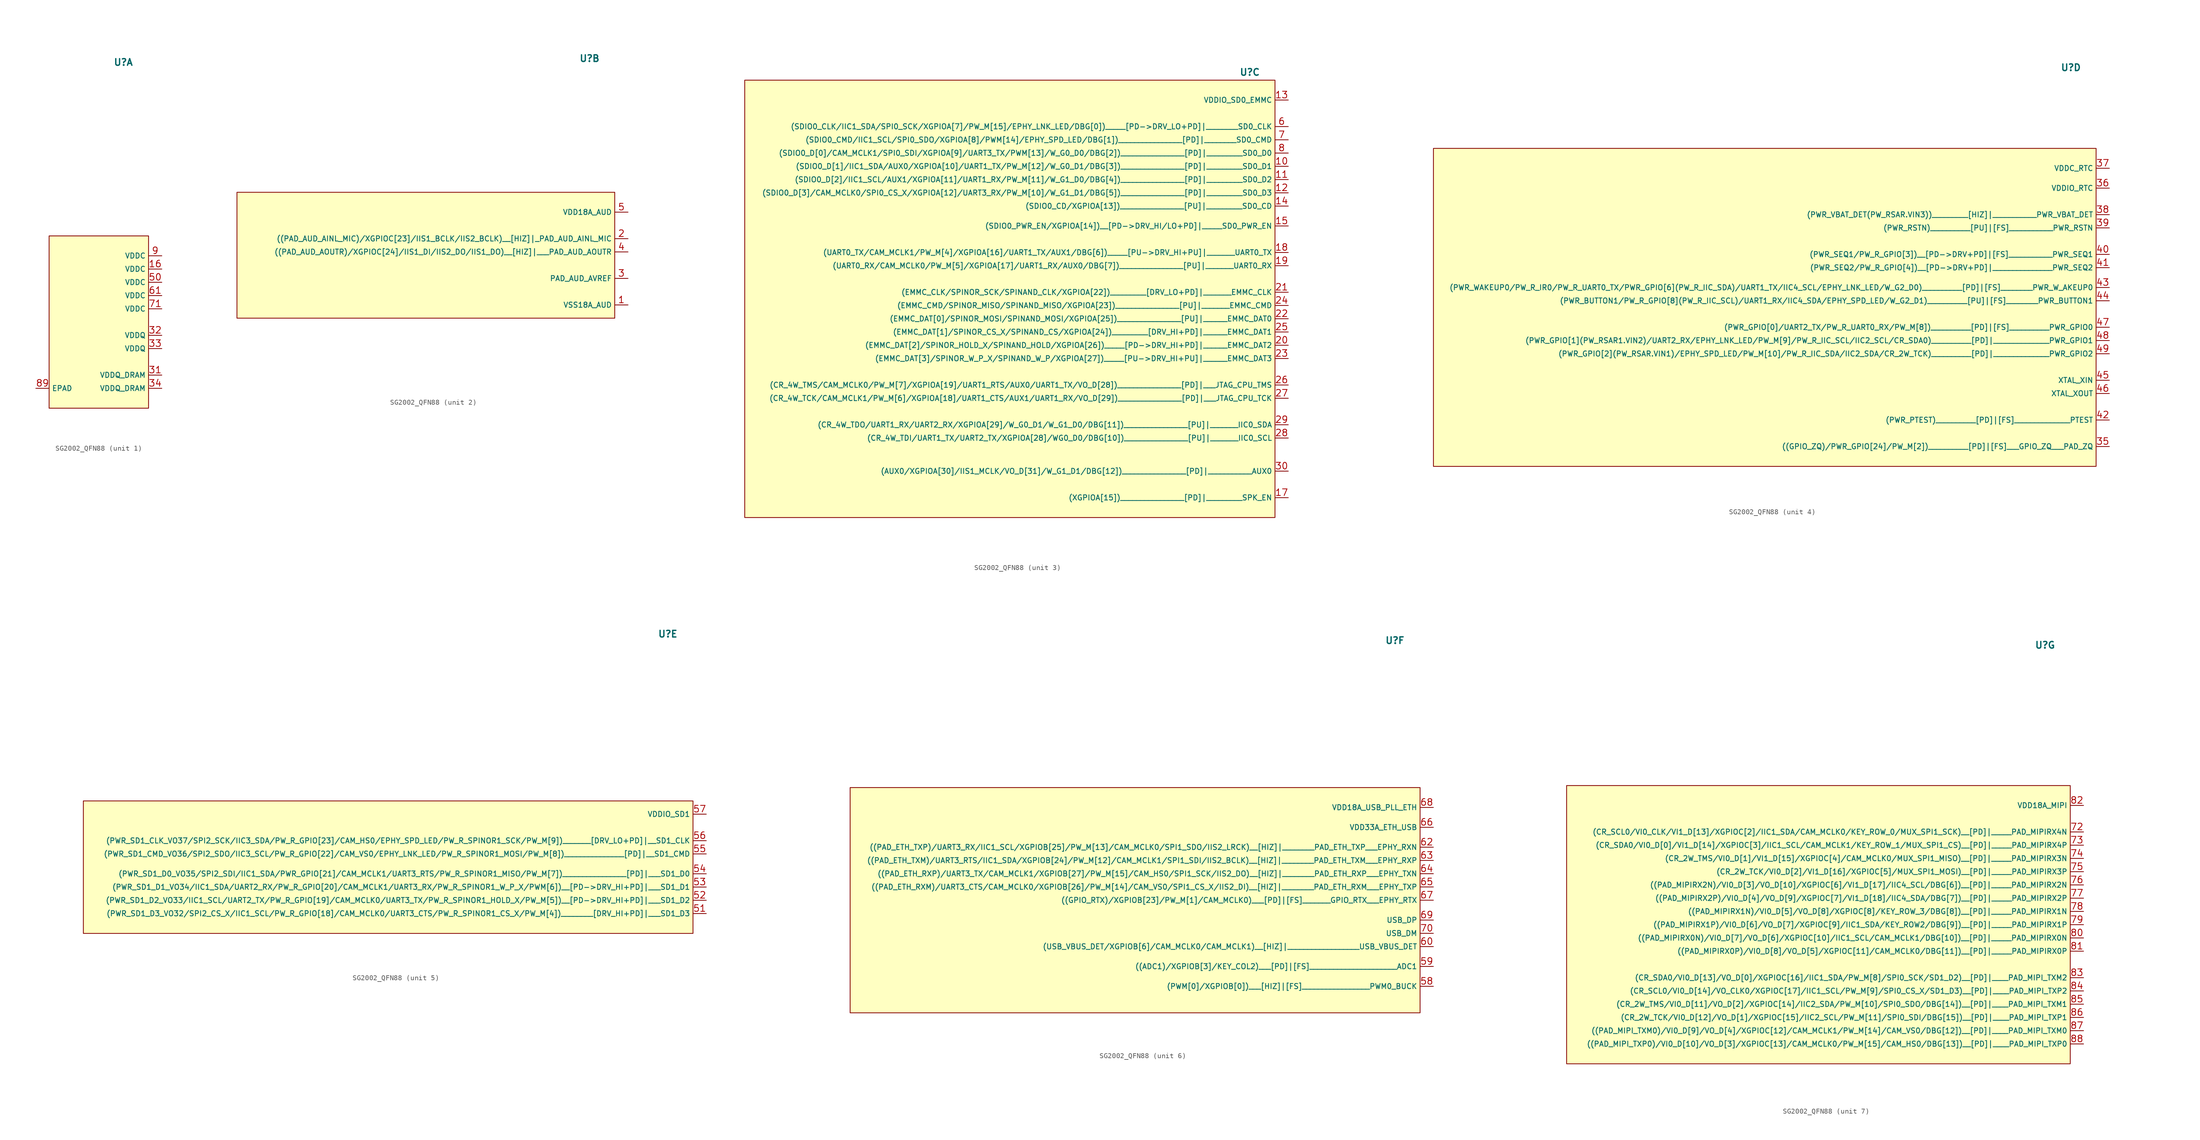
<source format=kicad_sym>
(kicad_symbol_lib
  (version 20231120)
  (generator "kicad_symbol_editor")
  (generator_version "8.0")
  (symbol "SG2002_QFN88"
    (property "Reference" "U"
      (at -4.826 43.434 0)
      (effects (font (size 1.27 1.27) (bold yes))))
    (property "Value" ""
      (at 0 -15.24 0)
      (effects (font (size 1.27 1.27))))
    (property "ki_locked" ""
      (at 0 0 0)
      (effects (font (size 1.27 1.27))))
    (symbol "SG2002_QFN88_1_1"
      (rectangle (start -19.05 10.16) (end 0 -22.86) (stroke (width 0) (type default)) (fill (type background)))
      (pin power_in line (at 2.54 3.81 180) (length 2.54) (name "VDDC" (effects (font (size 1 1)))) (number "16" (effects (font (size 1.27 1.27)))))
      (pin power_in line (at 2.54 -16.51 180) (length 2.54) (name "VDDQ_DRAM" (effects (font (size 1 1)))) (number "31" (effects (font (size 1.27 1.27)))))
      (pin power_in line (at 2.54 -8.89 180) (length 2.54) (name "VDDQ" (effects (font (size 1 1)))) (number "32" (effects (font (size 1.27 1.27)))))
      (pin power_in line (at 2.54 -11.43 180) (length 2.54) (name "VDDQ" (effects (font (size 1 1)))) (number "33" (effects (font (size 1.27 1.27)))))
      (pin power_in line (at 2.54 -19.05 180) (length 2.54) (name "VDDQ_DRAM" (effects (font (size 1 1)))) (number "34" (effects (font (size 1.27 1.27)))))
      (pin power_in line (at 2.54 1.27 180) (length 2.54) (name "VDDC" (effects (font (size 1 1)))) (number "50" (effects (font (size 1.27 1.27)))))
      (pin power_in line (at 2.54 -1.27 180) (length 2.54) (name "VDDC" (effects (font (size 1 1)))) (number "61" (effects (font (size 1.27 1.27)))))
      (pin power_in line (at 2.54 -3.81 180) (length 2.54) (name "VDDC" (effects (font (size 1 1)))) (number "71" (effects (font (size 1.27 1.27)))))
      (pin power_in line (at -21.59 -19.05 0) (length 2.54) (name "EPAD" (effects (font (size 1 1)))) (number "89" (effects (font (size 1.27 1.27)))))
      (pin power_in line (at 2.54 6.35 180) (length 2.54) (name "VDDC" (effects (font (size 1 1)))) (number "9" (effects (font (size 1.27 1.27))))))
    (symbol "SG2002_QFN88_2_1"
      (rectangle (start -72.39 17.78) (end 0 -6.35) (stroke (width 0) (type default)) (fill (type background)))
      (pin power_in line (at 2.54 -3.81 180) (length 2.54) (name "VSS18A_AUD" (effects (font (size 1 1)))) (number "1" (effects (font (size 1.27 1.27)))))
      (pin input line (at 2.54 8.89 180) (length 2.54) (name "((PAD_AUD_AINL_MIC)/XGPIOC[23]/IIS1_BCLK/IIS2_BCLK)__[HIZ]|_PAD_AUD_AINL_MIC" (effects (font (size 1 1)))) (number "2" (effects (font (size 1.27 1.27)))))
      (pin input line (at 2.54 1.27 180) (length 2.54) (name "PAD_AUD_AVREF" (effects (font (size 1 1)))) (number "3" (effects (font (size 1.27 1.27)))))
      (pin input line (at 2.54 6.35 180) (length 2.54) (name "((PAD_AUD_AOUTR)/XGPIOC[24]/IIS1_DI/IIS2_DO/IIS1_DO)__[HIZ]|___PAD_AUD_AOUTR" (effects (font (size 1 1)))) (number "4" (effects (font (size 1.27 1.27)))))
      (pin power_in line (at 2.54 13.97 180) (length 2.54) (name "VDD18A_AUD" (effects (font (size 1 1)))) (number "5" (effects (font (size 1.27 1.27))))))
    (symbol "SG2002_QFN88_3_1"
      (rectangle (start -101.6 41.91) (end 0 -41.91) (stroke (width 0) (type default)) (fill (type background)))
      (pin bidirectional line (at 2.54 25.4 180) (length 2.54) (name "(SDIO0_D[1]/IIC1_SDA/AUX0/XGPIOA[10]/UART1_TX/PW_M[12]/W_G0_D1/DBG[3])________________[PD]|_________SD0_D1" (effects (font (size 1 1)))) (number "10" (effects (font (size 1.27 1.27)))))
      (pin bidirectional line (at 2.54 22.86 180) (length 2.54) (name "(SDIO0_D[2]/IIC1_SCL/AUX1/XGPIOA[11]/UART1_RX/PW_M[11]/W_G1_D0/DBG[4])________________[PD]|_________SD0_D2" (effects (font (size 1 1)))) (number "11" (effects (font (size 1.27 1.27)))))
      (pin bidirectional line (at 2.54 20.32 180) (length 2.54) (name "(SDIO0_D[3]/CAM_MCLK0/SPI0_CS_X/XGPIOA[12]/UART3_RX/PW_M[10]/W_G1_D1/DBG[5])________________[PD]|_________SD0_D3" (effects (font (size 1 1)))) (number "12" (effects (font (size 1.27 1.27)))))
      (pin power_in line (at 2.54 38.1 180) (length 2.54) (name "VDDIO_SD0_EMMC" (effects (font (size 1 1)))) (number "13" (effects (font (size 1.27 1.27)))))
      (pin bidirectional line (at 2.54 17.78 180) (length 2.54) (name "(SDIO0_CD/XGPIOA[13])________________[PU]|_________SD0_CD" (effects (font (size 1 1)))) (number "14" (effects (font (size 1.27 1.27)))))
      (pin bidirectional line (at 2.54 13.97 180) (length 2.54) (name "(SDIO0_PWR_EN/XGPIOA[14])__[PD->DRV_HI/LO+PD]|_____SD0_PWR_EN" (effects (font (size 1 1)))) (number "15" (effects (font (size 1.27 1.27)))))
      (pin bidirectional line (at 2.54 -38.1 180) (length 2.54) (name "(XGPIOA[15])________________[PD]|_________SPK_EN" (effects (font (size 1 1)))) (number "17" (effects (font (size 1.27 1.27)))))
      (pin bidirectional line (at 2.54 8.89 180) (length 2.54) (name "(UART0_TX/CAM_MCLK1/PW_M[4]/XGPIOA[16]/UART1_TX/AUX1/DBG[6])_____[PU->DRV_HI+PU]|_______UART0_TX" (effects (font (size 1 1)))) (number "18" (effects (font (size 1.27 1.27)))))
      (pin bidirectional line (at 2.54 6.35 180) (length 2.54) (name "(UART0_RX/CAM_MCLK0/PW_M[5]/XGPIOA[17]/UART1_RX/AUX0/DBG[7])________________[PU]|_______UART0_RX" (effects (font (size 1 1)))) (number "19" (effects (font (size 1.27 1.27)))))
      (pin bidirectional line (at 2.54 -8.89 180) (length 2.54) (name "(EMMC_DAT[2]/SPINOR_HOLD_X/SPINAND_HOLD/XGPIOA[26])_____[PD->DRV_HI+PD]|______EMMC_DAT2" (effects (font (size 1 1)))) (number "20" (effects (font (size 1.27 1.27)))))
      (pin bidirectional line (at 2.54 1.27 180) (length 2.54) (name "(EMMC_CLK/SPINOR_SCK/SPINAND_CLK/XGPIOA[22])_________[DRV_LO+PD]|_______EMMC_CLK" (effects (font (size 1 1)))) (number "21" (effects (font (size 1.27 1.27)))))
      (pin bidirectional line (at 2.54 -3.81 180) (length 2.54) (name "(EMMC_DAT[0]/SPINOR_MOSI/SPINAND_MOSI/XGPIOA[25])________________[PU]|______EMMC_DAT0" (effects (font (size 1 1)))) (number "22" (effects (font (size 1.27 1.27)))))
      (pin bidirectional line (at 2.54 -11.43 180) (length 2.54) (name "(EMMC_DAT[3]/SPINOR_W_P_X/SPINAND_W_P/XGPIOA[27])_____[PU->DRV_HI+PU]|______EMMC_DAT3" (effects (font (size 1 1)))) (number "23" (effects (font (size 1.27 1.27)))))
      (pin bidirectional line (at 2.54 -1.27 180) (length 2.54) (name "(EMMC_CMD/SPINOR_MISO/SPINAND_MISO/XGPIOA[23])________________[PU]|_______EMMC_CMD" (effects (font (size 1 1)))) (number "24" (effects (font (size 1.27 1.27)))))
      (pin bidirectional line (at 2.54 -6.35 180) (length 2.54) (name "(EMMC_DAT[1]/SPINOR_CS_X/SPINAND_CS/XGPIOA[24])_________[DRV_HI+PD]|______EMMC_DAT1" (effects (font (size 1 1)))) (number "25" (effects (font (size 1.27 1.27)))))
      (pin bidirectional line (at 2.54 -16.51 180) (length 2.54) (name "(CR_4W_TMS/CAM_MCLK0/PW_M[7]/XGPIOA[19]/UART1_RTS/AUX0/UART1_TX/VO_D[28])________________[PD]|___JTAG_CPU_TMS" (effects (font (size 1 1)))) (number "26" (effects (font (size 1.27 1.27)))))
      (pin bidirectional line (at 2.54 -19.05 180) (length 2.54) (name "(CR_4W_TCK/CAM_MCLK1/PW_M[6]/XGPIOA[18]/UART1_CTS/AUX1/UART1_RX/VO_D[29])________________[PD]|___JTAG_CPU_TCK" (effects (font (size 1 1)))) (number "27" (effects (font (size 1.27 1.27)))))
      (pin bidirectional line (at 2.54 -26.67 180) (length 2.54) (name "(CR_4W_TDI/UART1_TX/UART2_TX/XGPIOA[28]/WG0_D0/DBG[10])________________[PU]|_______IIC0_SCL" (effects (font (size 1 1)))) (number "28" (effects (font (size 1.27 1.27)))))
      (pin bidirectional line (at 2.54 -24.13 180) (length 2.54) (name "(CR_4W_TDO/UART1_RX/UART2_RX/XGPIOA[29]/W_G0_D1/W_G1_D0/DBG[11])________________[PU]|_______IIC0_SDA" (effects (font (size 1 1)))) (number "29" (effects (font (size 1.27 1.27)))))
      (pin bidirectional line (at 2.54 -33.02 180) (length 2.54) (name "(AUX0/XGPIOA[30]/IIS1_MCLK/VO_D[31]/W_G1_D1/DBG[12])________________[PD]|___________AUX0" (effects (font (size 1 1)))) (number "30" (effects (font (size 1.27 1.27)))))
      (pin bidirectional line (at 2.54 33.02 180) (length 2.54) (name "(SDIO0_CLK/IIC1_SDA/SPI0_SCK/XGPIOA[7]/PW_M[15]/EPHY_LNK_LED/DBG[0])_____[PD->DRV_LO+PD]|________SD0_CLK" (effects (font (size 1 1)))) (number "6" (effects (font (size 1.27 1.27)))))
      (pin bidirectional line (at 2.54 30.48 180) (length 2.54) (name "(SDIO0_CMD/IIC1_SCL/SPI0_SDO/XGPIOA[8]/PWM[14]/EPHY_SPD_LED/DBG[1])________________[PD]|________SD0_CMD" (effects (font (size 1 1)))) (number "7" (effects (font (size 1.27 1.27)))))
      (pin bidirectional line (at 2.54 27.94 180) (length 2.54) (name "(SDIO0_D[0]/CAM_MCLK1/SPI0_SDI/XGPIOA[9]/UART3_TX/PWM[13]/W_G0_D0/DBG[2])________________[PD]|_________SD0_D0" (effects (font (size 1 1)))) (number "8" (effects (font (size 1.27 1.27))))))
    (symbol "SG2002_QFN88_4_1"
      (rectangle (start -127 27.94) (end 0 -33.02) (stroke (width 0) (type default)) (fill (type background)))
      (pin bidirectional line (at 2.54 -29.21 180) (length 2.54) (name "((GPIO_ZQ)/PWR_GPIO[24]/PW_M[2])__________[PD]|[FS]___GPIO_ZQ___PAD_ZQ" (effects (font (size 1 1)))) (number "35" (effects (font (size 1.27 1.27)))))
      (pin power_in line (at 2.54 20.32 180) (length 2.54) (name "VDDIO_RTC" (effects (font (size 1 1)))) (number "36" (effects (font (size 1.27 1.27)))))
      (pin power_in line (at 2.54 24.13 180) (length 2.54) (name "VDDC_RTC" (effects (font (size 1 1)))) (number "37" (effects (font (size 1.27 1.27)))))
      (pin bidirectional line (at 2.54 15.24 180) (length 2.54) (name "(PWR_VBAT_DET(PW_RSAR.VIN3))_________[HIZ]|___________PWR_VBAT_DET" (effects (font (size 1 1)))) (number "38" (effects (font (size 1.27 1.27)))))
      (pin bidirectional line (at 2.54 12.7 180) (length 2.54) (name "(PWR_RSTN)__________[PU]|[FS]___________PWR_RSTN" (effects (font (size 1 1)))) (number "39" (effects (font (size 1.27 1.27)))))
      (pin bidirectional line (at 2.54 7.62 180) (length 2.54) (name "(PWR_SEQ1/PW_R_GPIO[3])__[PD->DRV+PD]|[FS]___________PWR_SEQ1" (effects (font (size 1 1)))) (number "40" (effects (font (size 1.27 1.27)))))
      (pin bidirectional line (at 2.54 5.08 180) (length 2.54) (name "(PWR_SEQ2/PW_R_GPIO[4])__[PD->DRV+PD]|_______________PWR_SEQ2" (effects (font (size 1 1)))) (number "41" (effects (font (size 1.27 1.27)))))
      (pin bidirectional line (at 2.54 -24.13 180) (length 2.54) (name "(PWR_PTEST)__________[PD]|[FS]______________PTEST" (effects (font (size 1 1)))) (number "42" (effects (font (size 1.27 1.27)))))
      (pin bidirectional line (at 2.54 1.27 180) (length 2.54) (name "(PWR_WAKEUP0/PW_R_IR0/PW_R_UART0_TX/PWR_GPIO[6](PW_R_IIC_SDA)/UART1_TX/IIC4_SCL/EPHY_LNK_LED/W_G2_D0)__________[PD]|[FS]________PWR_W_AKEUP0" (effects (font (size 1 1)))) (number "43" (effects (font (size 1.27 1.27)))))
      (pin bidirectional line (at 2.54 -1.27 180) (length 2.54) (name "(PWR_BUTTON1/PW_R_GPIO[8](PW_R_IIC_SCL)/UART1_RX/IIC4_SDA/EPHY_SPD_LED/W_G2_D1)__________[PU]|[FS]________PWR_BUTTON1" (effects (font (size 1 1)))) (number "44" (effects (font (size 1.27 1.27)))))
      (pin input line (at 2.54 -16.51 180) (length 2.54) (name "XTAL_XIN" (effects (font (size 1 1)))) (number "45" (effects (font (size 1.27 1.27)))))
      (pin output line (at 2.54 -19.05 180) (length 2.54) (name "XTAL_XOUT" (effects (font (size 1 1)))) (number "46" (effects (font (size 1.27 1.27)))))
      (pin bidirectional line (at 2.54 -6.35 180) (length 2.54) (name "(PWR_GPIO[0]/UART2_TX/PW_R_UART0_RX/PW_M[8])__________[PD]|[FS]__________PWR_GPIO0" (effects (font (size 1 1)))) (number "47" (effects (font (size 1.27 1.27)))))
      (pin bidirectional line (at 2.54 -8.89 180) (length 2.54) (name "(PWR_GPIO[1](PW_RSAR1.VIN2)/UART2_RX/EPHY_LNK_LED/PW_M[9]/PW_R_IIC_SCL/IIC2_SCL/CR_SDA0)__________[PD]|______________PWR_GPIO1" (effects (font (size 1 1)))) (number "48" (effects (font (size 1.27 1.27)))))
      (pin bidirectional line (at 2.54 -11.43 180) (length 2.54) (name "(PWR_GPIO[2](PW_RSAR.VIN1)/EPHY_SPD_LED/PW_M[10]/PW_R_IIC_SDA/IIC2_SDA/CR_2W_TCK)__________[PD]|______________PWR_GPIO2" (effects (font (size 1 1)))) (number "49" (effects (font (size 1.27 1.27))))))
    (symbol "SG2002_QFN88_5_1"
      (rectangle (start -116.84 11.43) (end 0 -13.97) (stroke (width 0) (type default)) (fill (type background)))
      (pin power_in line (at 2.54 -10.16 180) (length 2.54) (name "(PWR_SD1_D3_VO32/SPI2_CS_X/IIC1_SCL/PW_R_GPIO[18]/CAM_MCLK0/UART3_CTS/PW_R_SPINOR1_CS_X/PW_M[4])________[DRV_HI+PD]|___SD1_D3" (effects (font (size 1 1)))) (number "51" (effects (font (size 1.27 1.27)))))
      (pin power_in line (at 2.54 -7.62 180) (length 2.54) (name "(PWR_SD1_D2_VO33/IIC1_SCL/UART2_TX/PW_R_GPIO[19]/CAM_MCLK0/UART3_TX/PW_R_SPINOR1_HOLD_X/PW_M[5])__[PD->DRV_HI+PD]|___SD1_D2" (effects (font (size 1 1)))) (number "52" (effects (font (size 1.27 1.27)))))
      (pin power_in line (at 2.54 -5.08 180) (length 2.54) (name "(PWR_SD1_D1_VO34/IIC1_SDA/UART2_RX/PW_R_GPIO[20]/CAM_MCLK1/UART3_RX/PW_R_SPINOR1_W_P_X/PWM[6])__[PD->DRV_HI+PD]|___SD1_D1" (effects (font (size 1 1)))) (number "53" (effects (font (size 1.27 1.27)))))
      (pin power_in line (at 2.54 -2.54 180) (length 2.54) (name "(PWR_SD1_D0_VO35/SPI2_SDI/IIC1_SDA/PWR_GPIO[21]/CAM_MCLK1/UART3_RTS/PW_R_SPINOR1_MISO/PW_M[7])________________[PD]|___SD1_D0" (effects (font (size 1 1)))) (number "54" (effects (font (size 1.27 1.27)))))
      (pin power_in line (at 2.54 1.27 180) (length 2.54) (name "(PWR_SD1_CMD_VO36/SPI2_SDO/IIC3_SCL/PW_R_GPIO[22]/CAM_VS0/EPHY_LNK_LED/PW_R_SPINOR1_MOSI/PW_M[8])_______________[PD]|__SD1_CMD" (effects (font (size 1 1)))) (number "55" (effects (font (size 1.27 1.27)))))
      (pin power_in line (at 2.54 3.81 180) (length 2.54) (name "(PWR_SD1_CLK_VO37/SPI2_SCK/IIC3_SDA/PW_R_GPIO[23]/CAM_HS0/EPHY_SPD_LED/PW_R_SPINOR1_SCK/PW_M[9])_______[DRV_LO+PD]|__SD1_CLK" (effects (font (size 1 1)))) (number "56" (effects (font (size 1.27 1.27)))))
      (pin power_in line (at 2.54 8.89 180) (length 2.54) (name "VDDIO_SD1" (effects (font (size 1 1)))) (number "57" (effects (font (size 1.27 1.27))))))
    (symbol "SG2002_QFN88_6_1"
      (rectangle (start -109.22 15.24) (end 0 -27.94) (stroke (width 0) (type default)) (fill (type background)))
      (pin bidirectional line (at 2.54 -22.86 180) (length 2.54) (name "(PWM[0]/XGPIOB[0])___[HIZ]|[FS]_________________PWM0_BUCK" (effects (font (size 1 1)))) (number "58" (effects (font (size 1.27 1.27)))))
      (pin bidirectional line (at 2.54 -19.05 180) (length 2.54) (name "((ADC1)/XGPIOB[3]/KEY_COL2)___[PD]|[FS]______________________ADC1" (effects (font (size 1 1)))) (number "59" (effects (font (size 1.27 1.27)))))
      (pin bidirectional line (at 2.54 -15.24 180) (length 2.54) (name "(USB_VBUS_DET/XGPIOB[6]/CAM_MCLK0/CAM_MCLK1)__[HIZ]|__________________USB_VBUS_DET" (effects (font (size 1 1)))) (number "60" (effects (font (size 1.27 1.27)))))
      (pin bidirectional line (at 2.54 3.81 180) (length 2.54) (name "((PAD_ETH_TXP)/UART3_RX/IIC1_SCL/XGPIOB[25]/PW_M[13]/CAM_MCLK0/SPI1_SDO/IIS2_LRCK)__[HIZ]|________PAD_ETH_TXP___EPHY_RXN" (effects (font (size 1 1)))) (number "62" (effects (font (size 1.27 1.27)))))
      (pin bidirectional line (at 2.54 1.27 180) (length 2.54) (name "((PAD_ETH_TXM)/UART3_RTS/IIC1_SDA/XGPIOB[24]/PW_M[12]/CAM_MCLK1/SPI1_SDI/IIS2_BCLK)__[HIZ]|________PAD_ETH_TXM___EPHY_RXP" (effects (font (size 1 1)))) (number "63" (effects (font (size 1.27 1.27)))))
      (pin bidirectional line (at 2.54 -1.27 180) (length 2.54) (name "((PAD_ETH_RXP)/UART3_TX/CAM_MCLK1/XGPIOB[27]/PW_M[15]/CAM_HS0/SPI1_SCK/IIS2_DO)__[HIZ]|________PAD_ETH_RXP___EPHY_TXN" (effects (font (size 1 1)))) (number "64" (effects (font (size 1.27 1.27)))))
      (pin bidirectional line (at 2.54 -3.81 180) (length 2.54) (name "((PAD_ETH_RXM)/UART3_CTS/CAM_MCLK0/XGPIOB[26]/PW_M[14]/CAM_VS0/SPI1_CS_X/IIS2_DI)__[HIZ]|________PAD_ETH_RXM___EPHY_TXP" (effects (font (size 1 1)))) (number "65" (effects (font (size 1.27 1.27)))))
      (pin power_in line (at 2.54 7.62 180) (length 2.54) (name "VDD33A_ETH_USB" (effects (font (size 1 1)))) (number "66" (effects (font (size 1.27 1.27)))))
      (pin bidirectional line (at 2.54 -6.35 180) (length 2.54) (name "((GPIO_RTX)/XGPIOB[23]/PW_M[1]/CAM_MCLK0)___[PD]|[FS]_______GPIO_RTX___EPHY_RTX" (effects (font (size 1 1)))) (number "67" (effects (font (size 1.27 1.27)))))
      (pin power_in line (at 2.54 11.43 180) (length 2.54) (name "VDD18A_USB_PLL_ETH" (effects (font (size 1 1)))) (number "68" (effects (font (size 1.27 1.27)))))
      (pin bidirectional line (at 2.54 -10.16 180) (length 2.54) (name "USB_DP" (effects (font (size 1 1)))) (number "69" (effects (font (size 1.27 1.27)))))
      (pin bidirectional line (at 2.54 -12.7 180) (length 2.54) (name "USB_DM" (effects (font (size 1 1)))) (number "70" (effects (font (size 1.27 1.27))))))
    (symbol "SG2002_QFN88_7_1"
      (rectangle (start -96.52 16.51) (end 0 -36.83) (stroke (width 0) (type default)) (fill (type background)))
      (pin bidirectional line (at 2.54 7.62 180) (length 2.54) (name "(CR_SCL0/VI0_CLK/VI1_D[13]/XGPIOC[2]/IIC1_SDA/CAM_MCLK0/KEY_ROW_0/MUX_SPI1_SCK)__[PD]|_____PAD_MIPIRX4N" (effects (font (size 1 1)))) (number "72" (effects (font (size 1.27 1.27)))))
      (pin bidirectional line (at 2.54 5.08 180) (length 2.54) (name "(CR_SDA0/VI0_D[0]/VI1_D[14]/XGPIOC[3]/IIC1_SCL/CAM_MCLK1/KEY_ROW_1/MUX_SPI1_CS)__[PD]|_____PAD_MIPIRX4P" (effects (font (size 1 1)))) (number "73" (effects (font (size 1.27 1.27)))))
      (pin bidirectional line (at 2.54 2.54 180) (length 2.54) (name "(CR_2W_TMS/VI0_D[1]/VI1_D[15]/XGPIOC[4]/CAM_MCLK0/MUX_SPI1_MISO)__[PD]|_____PAD_MIPIRX3N" (effects (font (size 1 1)))) (number "74" (effects (font (size 1.27 1.27)))))
      (pin bidirectional line (at 2.54 0 180) (length 2.54) (name "(CR_2W_TCK/VI0_D[2]/VI1_D[16]/XGPIOC[5]/MUX_SPI1_MOSI)__[PD]|_____PAD_MIPIRX3P" (effects (font (size 1 1)))) (number "75" (effects (font (size 1.27 1.27)))))
      (pin bidirectional line (at 2.54 -2.54 180) (length 2.54) (name "((PAD_MIPIRX2N)/VI0_D[3]/VO_D[10]/XGPIOC[6]/VI1_D[17]/IIC4_SCL/DBG[6])__[PD]|_____PAD_MIPIRX2N" (effects (font (size 1 1)))) (number "76" (effects (font (size 1.27 1.27)))))
      (pin bidirectional line (at 2.54 -5.08 180) (length 2.54) (name "((PAD_MIPIRX2P)/VI0_D[4]/VO_D[9]/XGPIOC[7]/VI1_D[18]/IIC4_SDA/DBG[7])__[PD]|_____PAD_MIPIRX2P" (effects (font (size 1 1)))) (number "77" (effects (font (size 1.27 1.27)))))
      (pin bidirectional line (at 2.54 -7.62 180) (length 2.54) (name "((PAD_MIPIRX1N)/VI0_D[5]/VO_D[8]/XGPIOC[8]/KEY_ROW_3/DBG[8])__[PD]|_____PAD_MIPIRX1N" (effects (font (size 1 1)))) (number "78" (effects (font (size 1.27 1.27)))))
      (pin bidirectional line (at 2.54 -10.16 180) (length 2.54) (name "((PAD_MIPIRX1P)/VI0_D[6]/VO_D[7]/XGPIOC[9]/IIC1_SDA/KEY_ROW2/DBG[9])__[PD]|_____PAD_MIPIRX1P" (effects (font (size 1 1)))) (number "79" (effects (font (size 1.27 1.27)))))
      (pin bidirectional line (at 2.54 -12.7 180) (length 2.54) (name "((PAD_MIPIRX0N)/VI0_D[7]/VO_D[6]/XGPIOC[10]/IIC1_SCL/CAM_MCLK1/DBG[10])__[PD]|_____PAD_MIPIRX0N" (effects (font (size 1 1)))) (number "80" (effects (font (size 1.27 1.27)))))
      (pin bidirectional line (at 2.54 -15.24 180) (length 2.54) (name "((PAD_MIPIRX0P)/VI0_D[8]/VO_D[5]/XGPIOC[11]/CAM_MCLK0/DBG[11])__[PD]|_____PAD_MIPIRX0P" (effects (font (size 1 1)))) (number "81" (effects (font (size 1.27 1.27)))))
      (pin power_in line (at 2.54 12.7 180) (length 2.54) (name "VDD18A_MIPI" (effects (font (size 1 1)))) (number "82" (effects (font (size 1.27 1.27)))))
      (pin bidirectional line (at 2.54 -20.32 180) (length 2.54) (name "(CR_SDA0/VI0_D[13]/VO_D[0]/XGPIOC[16]/IIC1_SDA/PW_M[8]/SPI0_SCK/SD1_D2)__[PD]|____PAD_MIPI_TXM2" (effects (font (size 1 1)))) (number "83" (effects (font (size 1.27 1.27)))))
      (pin bidirectional line (at 2.54 -22.86 180) (length 2.54) (name "(CR_SCL0/VI0_D[14]/VO_CLK0/XGPIOC[17]/IIC1_SCL/PW_M[9]/SPI0_CS_X/SD1_D3)__[PD]|____PAD_MIPI_TXP2" (effects (font (size 1 1)))) (number "84" (effects (font (size 1.27 1.27)))))
      (pin bidirectional line (at 2.54 -25.4 180) (length 2.54) (name "(CR_2W_TMS/VI0_D[11]/VO_D[2]/XGPIOC[14]/IIC2_SDA/PW_M[10]/SPI0_SDO/DBG[14])__[PD]|____PAD_MIPI_TXM1" (effects (font (size 1 1)))) (number "85" (effects (font (size 1.27 1.27)))))
      (pin bidirectional line (at 2.54 -27.94 180) (length 2.54) (name "(CR_2W_TCK/VI0_D[12]/VO_D[1]/XGPIOC[15]/IIC2_SCL/PW_M[11]/SPI0_SDI/DBG[15])__[PD]|____PAD_MIPI_TXP1" (effects (font (size 1 1)))) (number "86" (effects (font (size 1.27 1.27)))))
      (pin bidirectional line (at 2.54 -30.48 180) (length 2.54) (name "((PAD_MIPI_TXM0)/VI0_D[9]/VO_D[4]/XGPIOC[12]/CAM_MCLK1/PW_M[14]/CAM_VS0/DBG[12])__[PD]|____PAD_MIPI_TXM0" (effects (font (size 1 1)))) (number "87" (effects (font (size 1.27 1.27)))))
      (pin bidirectional line (at 2.54 -33.02 180) (length 2.54) (name "((PAD_MIPI_TXP0)/VI0_D[10]/VO_D[3]/XGPIOC[13]/CAM_MCLK0/PW_M[15]/CAM_HS0/DBG[13])__[PD]|____PAD_MIPI_TXP0" (effects (font (size 1 1)))) (number "88" (effects (font (size 1.27 1.27))))))))
</source>
